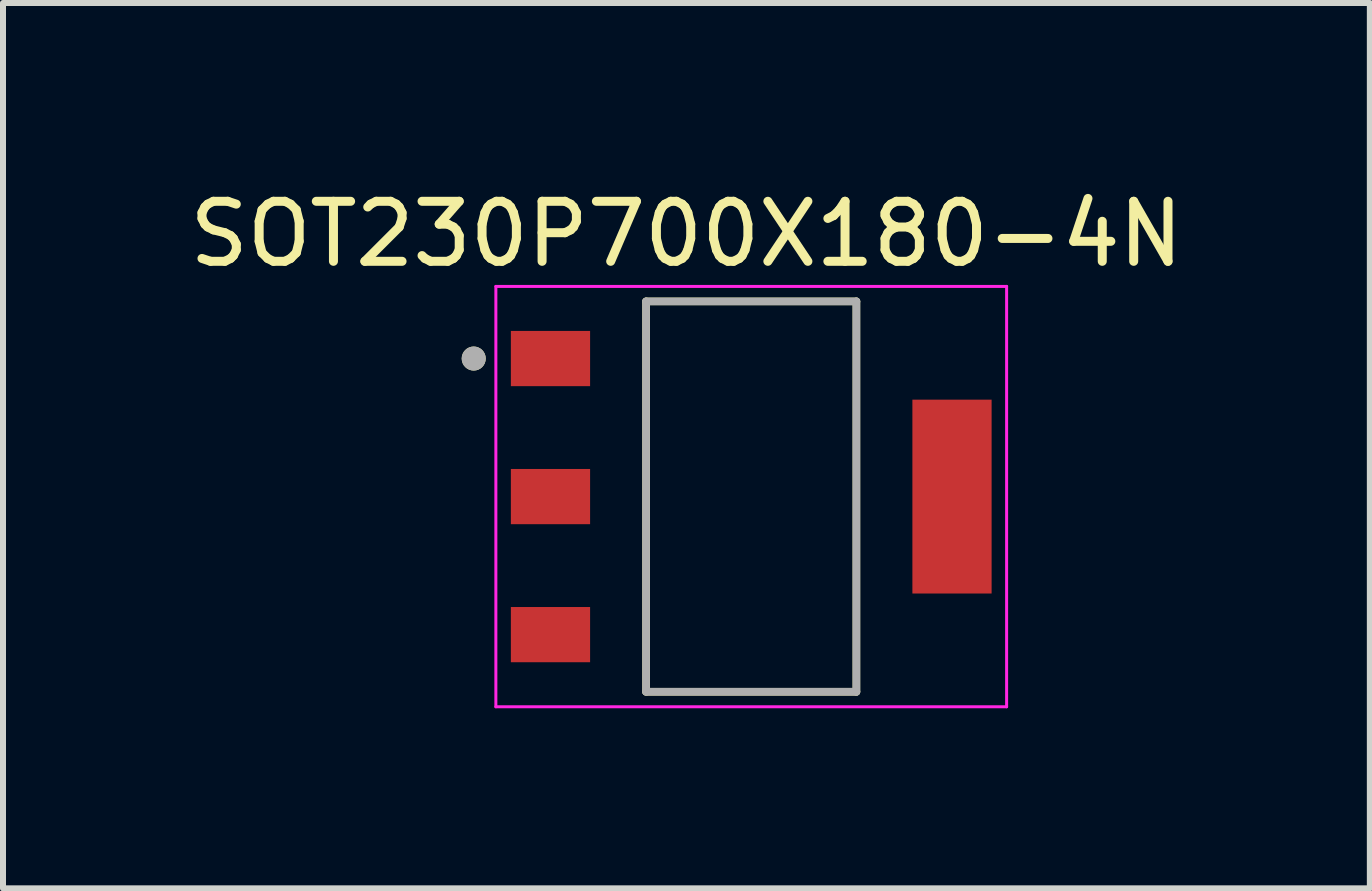
<source format=kicad_pcb>
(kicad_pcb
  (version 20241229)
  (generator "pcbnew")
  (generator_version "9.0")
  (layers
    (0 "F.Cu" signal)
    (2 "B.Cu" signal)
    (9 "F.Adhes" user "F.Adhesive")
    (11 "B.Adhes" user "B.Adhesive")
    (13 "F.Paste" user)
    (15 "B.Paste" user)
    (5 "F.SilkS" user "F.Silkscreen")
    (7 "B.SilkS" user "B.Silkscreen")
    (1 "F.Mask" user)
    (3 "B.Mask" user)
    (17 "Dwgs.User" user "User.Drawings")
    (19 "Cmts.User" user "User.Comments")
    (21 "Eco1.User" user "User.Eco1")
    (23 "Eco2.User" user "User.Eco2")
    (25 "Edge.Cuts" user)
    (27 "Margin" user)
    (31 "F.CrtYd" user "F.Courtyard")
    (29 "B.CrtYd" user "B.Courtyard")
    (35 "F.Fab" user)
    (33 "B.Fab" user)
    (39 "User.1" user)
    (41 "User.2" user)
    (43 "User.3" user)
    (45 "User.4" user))
  (footprint "SOT230P700X180-4N"
    (layer "F.Cu")
    (at 9.467 5.224)
    (property "Reference" "SOT230P700X180-4N" (at -1.08 -4.375 0) (layer "F.SilkS") (effects (font (size 1 1) (thickness 0.15))))
    (attr smd)
    (fp_line (start -1.752 -3.252) (end -1.752 3.252) (stroke (width 0.127) (type solid)) (layer "F.SilkS"))
    (fp_line (start -1.752 3.252) (end 1.752 3.252) (stroke (width 0.127) (type solid)) (layer "F.SilkS"))
    (fp_line (start 1.752 -3.252) (end -1.752 -3.252) (stroke (width 0.127) (type solid)) (layer "F.SilkS"))
    (fp_line (start 1.752 3.252) (end 1.752 -3.252) (stroke (width 0.127) (type solid)) (layer "F.SilkS"))
    (fp_circle (center -4.624 -2.3) (end -4.524 -2.3) (stroke (width 0.2) (type solid)) (fill no) (layer "F.SilkS"))
    (fp_line (start -4.255 -3.502) (end -4.255 3.502) (stroke (width 0.05) (type solid)) (layer "F.CrtYd"))
    (fp_line (start -4.255 3.502) (end 4.255 3.502) (stroke (width 0.05) (type solid)) (layer "F.CrtYd"))
    (fp_line (start 4.255 -3.502) (end -4.255 -3.502) (stroke (width 0.05) (type solid)) (layer "F.CrtYd"))
    (fp_line (start 4.255 3.502) (end 4.255 -3.502) (stroke (width 0.05) (type solid)) (layer "F.CrtYd"))
    (fp_line (start -1.752 -3.252) (end -1.752 3.252) (stroke (width 0.127) (type solid)) (layer "F.Fab"))
    (fp_line (start -1.752 3.252) (end 1.752 3.252) (stroke (width 0.127) (type solid)) (layer "F.Fab"))
    (fp_line (start 1.752 -3.252) (end -1.752 -3.252) (stroke (width 0.127) (type solid)) (layer "F.Fab"))
    (fp_line (start 1.752 3.252) (end 1.752 -3.252) (stroke (width 0.127) (type solid)) (layer "F.Fab"))
    (fp_circle (center -4.624 -2.3) (end -4.524 -2.3) (stroke (width 0.2) (type solid)) (fill no) (layer "F.Fab"))
    (pad "1" smd rect (at -3.345 -2.3 270) (size 0.92 1.32) (layers "F.Cu" "F.Mask" "F.Paste"))
    (pad "2" smd rect (at -3.345 0 270) (size 0.92 1.32) (layers "F.Cu" "F.Mask" "F.Paste"))
    (pad "3" smd rect (at -3.345 2.3 270) (size 0.92 1.32) (layers "F.Cu" "F.Mask" "F.Paste"))
    (pad "4" smd rect (at 3.345 0 270) (size 3.23 1.32) (layers "F.Cu" "F.Mask" "F.Paste")))
  (gr_rect
    (start -3 -3)
    (end 19.774 11.751)
    (stroke (width 0.1) (type default))
    (fill no)
    (layer "Edge.Cuts")))
</source>
